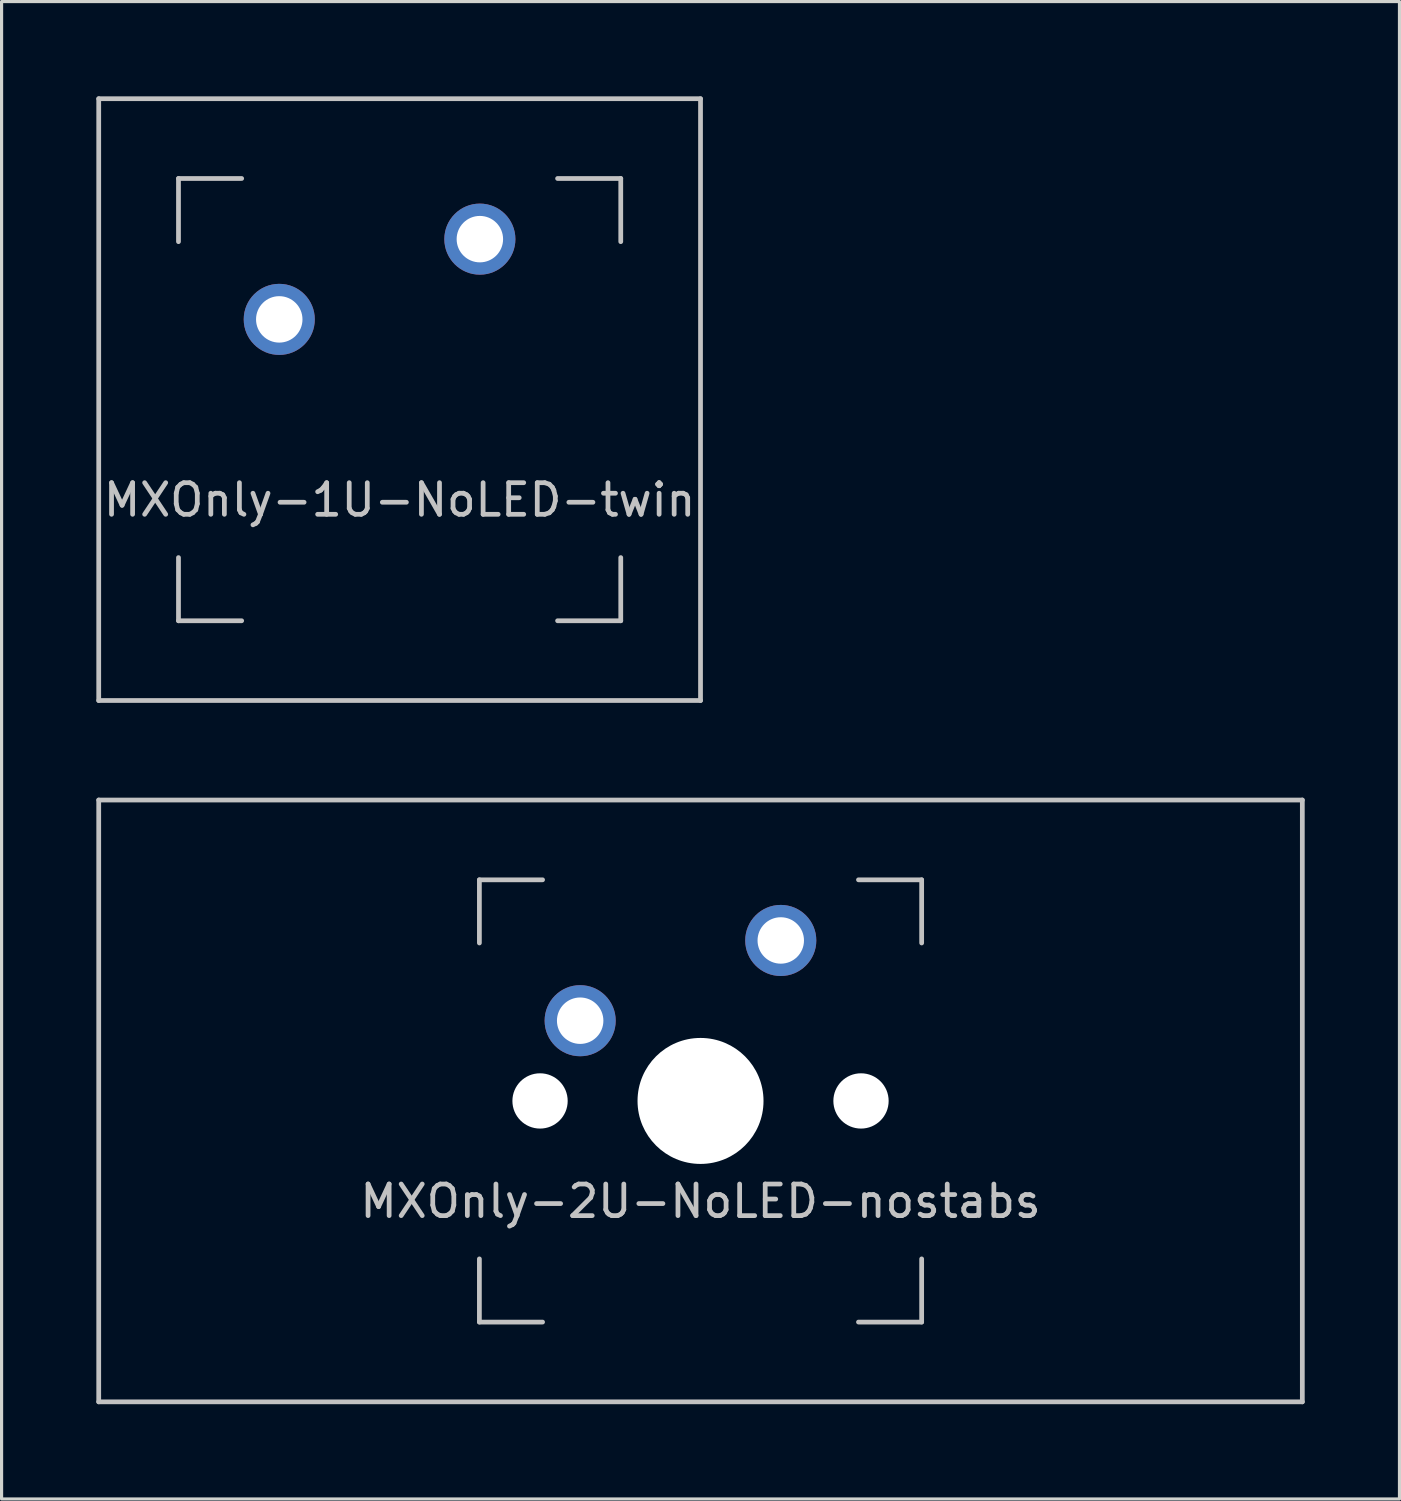
<source format=kicad_pcb>
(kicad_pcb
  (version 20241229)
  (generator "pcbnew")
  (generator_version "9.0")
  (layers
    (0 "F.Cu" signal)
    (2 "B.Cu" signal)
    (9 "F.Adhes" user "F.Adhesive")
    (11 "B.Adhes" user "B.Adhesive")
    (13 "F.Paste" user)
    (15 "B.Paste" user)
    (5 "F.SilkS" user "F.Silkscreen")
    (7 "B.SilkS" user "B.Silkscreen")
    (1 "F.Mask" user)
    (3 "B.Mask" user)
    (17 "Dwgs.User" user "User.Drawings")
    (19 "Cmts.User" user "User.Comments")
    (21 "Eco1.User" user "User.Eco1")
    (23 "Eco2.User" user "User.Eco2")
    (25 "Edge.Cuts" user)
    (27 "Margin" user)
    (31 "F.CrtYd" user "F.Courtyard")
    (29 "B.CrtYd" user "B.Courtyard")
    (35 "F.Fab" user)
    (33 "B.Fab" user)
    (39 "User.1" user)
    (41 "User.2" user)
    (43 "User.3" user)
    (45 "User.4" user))
  (footprint "MXOnly-2U-NoLED-nostabs"
    (layer "F.Cu")
    (at 19.125 31.8)
    (property "Reference" "MXOnly-2U-NoLED-nostabs" (at 0 3.175 0) (layer "Dwgs.User") (effects (font (size 1 1) (thickness 0.15))))
    (attr through_hole)
    (fp_line (start -19.05 -9.525) (end 19.05 -9.525) (stroke (width 0.15) (type solid)) (layer "Dwgs.User"))
    (fp_line (start -19.05 9.525) (end -19.05 -9.525) (stroke (width 0.15) (type solid)) (layer "Dwgs.User"))
    (fp_line (start -19.05 9.525) (end 19.05 9.525) (stroke (width 0.15) (type solid)) (layer "Dwgs.User"))
    (fp_line (start -7 -7) (end -7 -5) (stroke (width 0.15) (type solid)) (layer "Dwgs.User"))
    (fp_line (start -7 5) (end -7 7) (stroke (width 0.15) (type solid)) (layer "Dwgs.User"))
    (fp_line (start -7 7) (end -5 7) (stroke (width 0.15) (type solid)) (layer "Dwgs.User"))
    (fp_line (start -5 -7) (end -7 -7) (stroke (width 0.15) (type solid)) (layer "Dwgs.User"))
    (fp_line (start 5 -7) (end 7 -7) (stroke (width 0.15) (type solid)) (layer "Dwgs.User"))
    (fp_line (start 5 7) (end 7 7) (stroke (width 0.15) (type solid)) (layer "Dwgs.User"))
    (fp_line (start 7 -7) (end 7 -5) (stroke (width 0.15) (type solid)) (layer "Dwgs.User"))
    (fp_line (start 7 7) (end 7 5) (stroke (width 0.15) (type solid)) (layer "Dwgs.User"))
    (fp_line (start 19.05 -9.525) (end 19.05 9.525) (stroke (width 0.15) (type solid)) (layer "Dwgs.User"))
    (pad "" np_thru_hole circle (at -5.08 0 48.1) (size 1.75 1.75) (drill 1.75) (layers "*.Cu" "*.Mask"))
    (pad "" np_thru_hole circle (at 0 0) (size 3.988 3.988) (drill 3.988) (layers "*.Cu" "*.Mask"))
    (pad "" np_thru_hole circle (at 5.08 0 48.1) (size 1.75 1.75) (drill 1.75) (layers "*.Cu" "*.Mask"))
    (pad "1" thru_hole circle (at -3.81 -2.54) (size 2.25 2.25) (drill 1.47) (layers "*.Cu" "B.Mask"))
    (pad "2" thru_hole circle (at 2.54 -5.08) (size 2.25 2.25) (drill 1.47) (layers "*.Cu" "B.Mask")))
  (footprint "MXOnly-1U-NoLED-twin"
    (layer "F.Cu")
    (at 9.6 9.6)
    (property "Reference" "MXOnly-1U-NoLED-twin" (at 0 3.175 0) (layer "Dwgs.User") (effects (font (size 1 1) (thickness 0.15))))
    (attr through_hole)
    (fp_line (start -9.525 -9.525) (end 9.525 -9.525) (stroke (width 0.15) (type solid)) (layer "Dwgs.User"))
    (fp_line (start -9.525 9.525) (end -9.525 -9.525) (stroke (width 0.15) (type solid)) (layer "Dwgs.User"))
    (fp_line (start -7 -7) (end -7 -5) (stroke (width 0.15) (type solid)) (layer "Dwgs.User"))
    (fp_line (start -7 5) (end -7 7) (stroke (width 0.15) (type solid)) (layer "Dwgs.User"))
    (fp_line (start -7 7) (end -5 7) (stroke (width 0.15) (type solid)) (layer "Dwgs.User"))
    (fp_line (start -5 -7) (end -7 -7) (stroke (width 0.15) (type solid)) (layer "Dwgs.User"))
    (fp_line (start 5 -7) (end 7 -7) (stroke (width 0.15) (type solid)) (layer "Dwgs.User"))
    (fp_line (start 5 7) (end 7 7) (stroke (width 0.15) (type solid)) (layer "Dwgs.User"))
    (fp_line (start 7 -7) (end 7 -5) (stroke (width 0.15) (type solid)) (layer "Dwgs.User"))
    (fp_line (start 7 7) (end 7 5) (stroke (width 0.15) (type solid)) (layer "Dwgs.User"))
    (fp_line (start 9.525 -9.525) (end 9.525 9.525) (stroke (width 0.15) (type solid)) (layer "Dwgs.User"))
    (fp_line (start 9.525 9.525) (end -9.525 9.525) (stroke (width 0.15) (type solid)) (layer "Dwgs.User"))
    (pad "1" thru_hole circle (at -3.81 -2.54) (size 2.25 2.25) (drill 1.47) (layers "*.Cu" "B.Mask"))
    (pad "2" thru_hole circle (at 2.54 -5.08) (size 2.25 2.25) (drill 1.47) (layers "*.Cu" "B.Mask")))
  (gr_rect
    (start -3 -3)
    (end 41.25 44.4)
    (stroke (width 0.1) (type default))
    (fill no)
    (layer "Edge.Cuts")))
</source>
